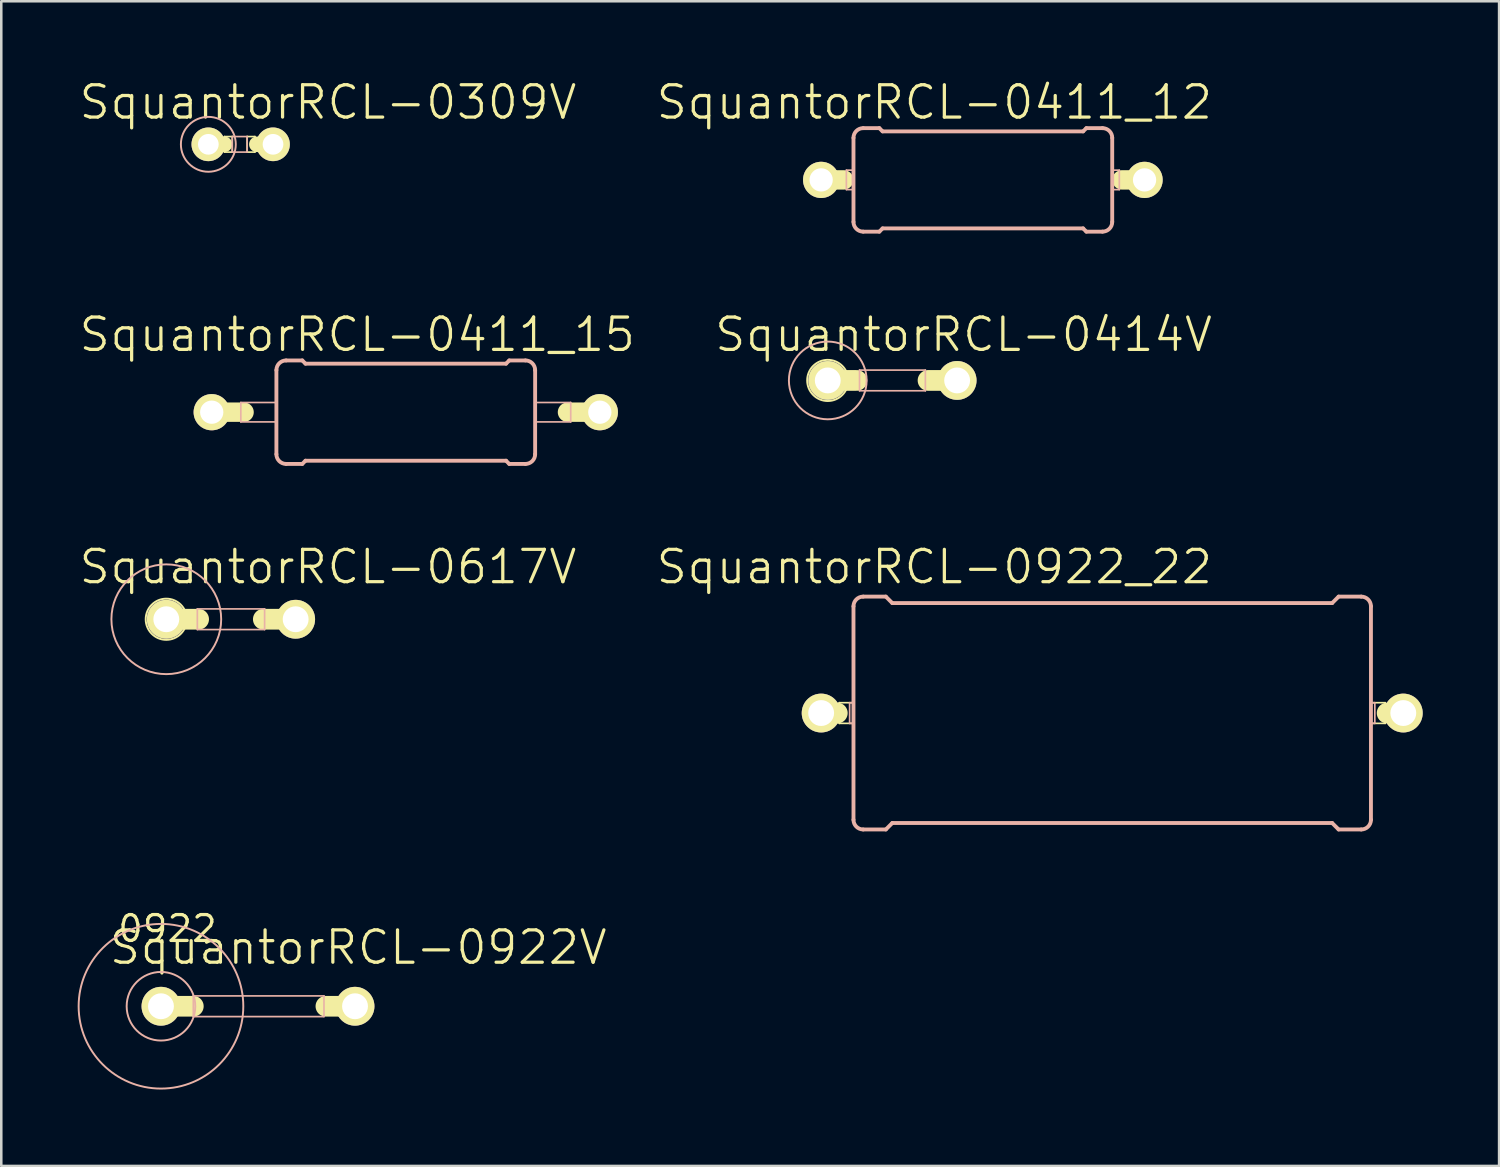
<source format=kicad_pcb>
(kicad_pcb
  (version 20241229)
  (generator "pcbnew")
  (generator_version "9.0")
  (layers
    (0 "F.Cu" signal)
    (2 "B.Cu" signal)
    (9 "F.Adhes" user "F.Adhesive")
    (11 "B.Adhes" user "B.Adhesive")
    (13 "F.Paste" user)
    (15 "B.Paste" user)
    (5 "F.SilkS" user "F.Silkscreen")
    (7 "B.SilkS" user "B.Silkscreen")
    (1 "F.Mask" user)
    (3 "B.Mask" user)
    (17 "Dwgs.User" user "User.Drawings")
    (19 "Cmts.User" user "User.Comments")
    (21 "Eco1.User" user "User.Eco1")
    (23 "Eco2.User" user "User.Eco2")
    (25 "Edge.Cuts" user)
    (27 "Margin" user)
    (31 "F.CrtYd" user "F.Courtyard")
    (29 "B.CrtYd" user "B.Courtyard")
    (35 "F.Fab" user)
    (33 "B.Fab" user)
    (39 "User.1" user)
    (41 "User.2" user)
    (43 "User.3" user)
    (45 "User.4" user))
  (footprint "SquantorRCL-0411_15"
    (layer "F.Cu")
    (at 12.884 13.136)
    (property "Reference" "SquantorRCL-0411_15" (at -1.905 -3.048 0) (layer "F.SilkS") (effects (font (size 1.27 1.27) (thickness 0.127))))
    (attr exclude_from_pos_files exclude_from_bom)
    (fp_line (start -7.62 0) (end -6.35 0) (stroke (width 0.762) (type solid)) (layer "F.SilkS"))
    (fp_line (start 6.35 0) (end 7.62 0) (stroke (width 0.762) (type solid)) (layer "F.SilkS"))
    (fp_line (start -6.477 -0.381) (end -5.08 -0.381) (stroke (width 0.066) (type solid)) (layer "B.SilkS"))
    (fp_line (start -6.477 0.381) (end -6.477 -0.381) (stroke (width 0.066) (type solid)) (layer "B.SilkS"))
    (fp_line (start -6.477 0.381) (end -5.08 0.381) (stroke (width 0.066) (type solid)) (layer "B.SilkS"))
    (fp_line (start -5.08 -1.651) (end -5.08 1.651) (stroke (width 0.152) (type solid)) (layer "B.SilkS"))
    (fp_line (start -5.08 0.381) (end -5.08 -0.381) (stroke (width 0.066) (type solid)) (layer "B.SilkS"))
    (fp_line (start -4.699 -2.032) (end -4.064 -2.032) (stroke (width 0.152) (type solid)) (layer "B.SilkS"))
    (fp_line (start -4.699 2.032) (end -4.064 2.032) (stroke (width 0.152) (type solid)) (layer "B.SilkS"))
    (fp_line (start -3.937 -1.905) (end -4.064 -2.032) (stroke (width 0.152) (type solid)) (layer "B.SilkS"))
    (fp_line (start -3.937 -1.905) (end 3.937 -1.905) (stroke (width 0.152) (type solid)) (layer "B.SilkS"))
    (fp_line (start -3.937 1.905) (end -4.064 2.032) (stroke (width 0.152) (type solid)) (layer "B.SilkS"))
    (fp_line (start -3.937 1.905) (end 3.937 1.905) (stroke (width 0.152) (type solid)) (layer "B.SilkS"))
    (fp_line (start 3.937 -1.905) (end 4.064 -2.032) (stroke (width 0.152) (type solid)) (layer "B.SilkS"))
    (fp_line (start 3.937 1.905) (end 4.064 2.032) (stroke (width 0.152) (type solid)) (layer "B.SilkS"))
    (fp_line (start 4.699 -2.032) (end 4.064 -2.032) (stroke (width 0.152) (type solid)) (layer "B.SilkS"))
    (fp_line (start 4.699 2.032) (end 4.064 2.032) (stroke (width 0.152) (type solid)) (layer "B.SilkS"))
    (fp_line (start 5.08 -0.381) (end 6.477 -0.381) (stroke (width 0.066) (type solid)) (layer "B.SilkS"))
    (fp_line (start 5.08 0.381) (end 5.08 -0.381) (stroke (width 0.066) (type solid)) (layer "B.SilkS"))
    (fp_line (start 5.08 0.381) (end 6.477 0.381) (stroke (width 0.066) (type solid)) (layer "B.SilkS"))
    (fp_line (start 5.08 1.651) (end 5.08 -1.651) (stroke (width 0.152) (type solid)) (layer "B.SilkS"))
    (fp_line (start 6.477 0.381) (end 6.477 -0.381) (stroke (width 0.066) (type solid)) (layer "B.SilkS"))
    (fp_arc (start -5.08 -1.651) (mid -4.968408 -1.920408) (end -4.699 -2.032) (stroke (width 0.1524) (type solid)) (layer "B.SilkS"))
    (fp_arc (start -4.699 2.032) (mid -4.968408 1.920408) (end -5.08 1.651) (stroke (width 0.1524) (type solid)) (layer "B.SilkS"))
    (fp_arc (start 4.699 -2.032) (mid 4.968408 -1.920408) (end 5.08 -1.651) (stroke (width 0.1524) (type solid)) (layer "B.SilkS"))
    (fp_arc (start 5.08 1.651) (mid 4.968408 1.920408) (end 4.699 2.032) (stroke (width 0.1524) (type solid)) (layer "B.SilkS"))
    (pad "1" thru_hole circle (at -7.62 0) (size 1.422 1.422) (drill 0.914) (layers "*.Cu" "F.Mask" "F.SilkS" "F.Paste"))
    (pad "2" thru_hole circle (at 7.62 0) (size 1.422 1.422) (drill 0.914) (layers "*.Cu" "F.Mask" "F.SilkS" "F.Paste")))
  (footprint "SquantorRCL-0922V"
    (layer "F.Cu")
    (at 8.351 36.464)
    (property "Reference" "SquantorRCL-0922V" (at 2.667 -2.311 0) (layer "F.SilkS") (effects (font (size 1.27 1.27) (thickness 0.127))))
    (attr exclude_from_pos_files exclude_from_bom)
    (fp_line (start -5.08 0) (end -3.81 0) (stroke (width 0.813) (type solid)) (layer "F.SilkS"))
    (fp_line (start 2.54 0) (end 1.397 0) (stroke (width 0.813) (type solid)) (layer "F.SilkS"))
    (fp_line (start -3.81 -0.406) (end 1.321 -0.406) (stroke (width 0.066) (type solid)) (layer "B.SilkS"))
    (fp_line (start -3.81 0.406) (end -3.81 -0.406) (stroke (width 0.066) (type solid)) (layer "B.SilkS"))
    (fp_line (start -3.81 0.406) (end 1.321 0.406) (stroke (width 0.066) (type solid)) (layer "B.SilkS"))
    (fp_line (start 1.321 0.406) (end 1.321 -0.406) (stroke (width 0.066) (type solid)) (layer "B.SilkS"))
    (fp_circle (center -5.08 0) (end -7.366 2.286) (stroke (width 0.076) (type solid)) (fill no) (layer "B.SilkS"))
    (fp_circle (center -5.08 0) (end -6.032 0.953) (stroke (width 0.076) (type solid)) (fill no) (layer "B.SilkS"))
    (fp_text user "0922" (at -4.826 -3.048 0) (layer "F.SilkS") (effects (font (size 1.016 1.016) (thickness 0.127))))
    (pad "1" thru_hole circle (at -5.08 0) (size 1.524 1.524) (drill 1.016) (layers "*.Cu" "F.Mask" "F.SilkS" "F.Paste"))
    (pad "2" thru_hole circle (at 2.54 0) (size 1.524 1.524) (drill 1.016) (layers "*.Cu" "F.Mask" "F.SilkS" "F.Paste")))
  (footprint "SquantorRCL-0309V"
    (layer "F.Cu")
    (at 6.401 2.617)
    (property "Reference" "SquantorRCL-0309V" (at 3.429 -1.651 0) (layer "F.SilkS") (effects (font (size 1.27 1.27) (thickness 0.127))))
    (attr exclude_from_pos_files exclude_from_bom)
    (fp_line (start -0.635 -0.305) (end -0.33 -0.305) (stroke (width 0.066) (type solid)) (layer "F.SilkS"))
    (fp_line (start -0.635 0) (end -1.27 0) (stroke (width 0.61) (type solid)) (layer "F.SilkS"))
    (fp_line (start -0.635 0.305) (end -0.635 -0.305) (stroke (width 0.066) (type solid)) (layer "F.SilkS"))
    (fp_line (start -0.635 0.305) (end -0.33 0.305) (stroke (width 0.066) (type solid)) (layer "F.SilkS"))
    (fp_line (start -0.33 0.305) (end -0.33 -0.305) (stroke (width 0.066) (type solid)) (layer "F.SilkS"))
    (fp_line (start 0.254 -0.305) (end 0.559 -0.305) (stroke (width 0.066) (type solid)) (layer "F.SilkS"))
    (fp_line (start 0.254 0.305) (end 0.254 -0.305) (stroke (width 0.066) (type solid)) (layer "F.SilkS"))
    (fp_line (start 0.254 0.305) (end 0.559 0.305) (stroke (width 0.066) (type solid)) (layer "F.SilkS"))
    (fp_line (start 0.559 0.305) (end 0.559 -0.305) (stroke (width 0.066) (type solid)) (layer "F.SilkS"))
    (fp_line (start 1.27 0) (end 0.635 0) (stroke (width 0.61) (type solid)) (layer "F.SilkS"))
    (fp_circle (center -1.27 0) (end -1.651 0.381) (stroke (width 0.076) (type solid)) (fill no) (layer "F.SilkS"))
    (fp_line (start -0.33 -0.305) (end 0.254 -0.305) (stroke (width 0.066) (type solid)) (layer "B.SilkS"))
    (fp_line (start -0.33 0.305) (end -0.33 -0.305) (stroke (width 0.066) (type solid)) (layer "B.SilkS"))
    (fp_line (start -0.33 0.305) (end 0.254 0.305) (stroke (width 0.066) (type solid)) (layer "B.SilkS"))
    (fp_line (start 0.254 0.305) (end 0.254 -0.305) (stroke (width 0.066) (type solid)) (layer "B.SilkS"))
    (fp_circle (center -1.27 0) (end -2.032 0.762) (stroke (width 0.076) (type solid)) (fill no) (layer "B.SilkS"))
    (pad "1" thru_hole circle (at -1.27 0) (size 1.321 1.321) (drill 0.813) (layers "*.Cu" "F.Mask" "F.SilkS" "F.Paste"))
    (pad "2" thru_hole circle (at 1.27 0) (size 1.321 1.321) (drill 0.813) (layers "*.Cu" "F.Mask" "F.SilkS" "F.Paste")))
  (footprint "SquantorRCL-0411_12"
    (layer "F.Cu")
    (at 35.545 4.014)
    (property "Reference" "SquantorRCL-0411_12" (at -1.905 -3.048 0) (layer "F.SilkS") (effects (font (size 1.27 1.27) (thickness 0.127))))
    (attr exclude_from_pos_files exclude_from_bom)
    (fp_line (start -6.35 0) (end -5.461 0) (stroke (width 0.762) (type solid)) (layer "F.SilkS"))
    (fp_line (start 6.35 0) (end 5.461 0) (stroke (width 0.762) (type solid)) (layer "F.SilkS"))
    (fp_line (start -5.359 -0.381) (end -5.08 -0.381) (stroke (width 0.066) (type solid)) (layer "B.SilkS"))
    (fp_line (start -5.359 0.381) (end -5.359 -0.381) (stroke (width 0.066) (type solid)) (layer "B.SilkS"))
    (fp_line (start -5.359 0.381) (end -5.08 0.381) (stroke (width 0.066) (type solid)) (layer "B.SilkS"))
    (fp_line (start -5.08 -1.651) (end -5.08 1.651) (stroke (width 0.152) (type solid)) (layer "B.SilkS"))
    (fp_line (start -5.08 0.381) (end -5.08 -0.381) (stroke (width 0.066) (type solid)) (layer "B.SilkS"))
    (fp_line (start -4.699 -2.032) (end -4.064 -2.032) (stroke (width 0.152) (type solid)) (layer "B.SilkS"))
    (fp_line (start -4.699 2.032) (end -4.064 2.032) (stroke (width 0.152) (type solid)) (layer "B.SilkS"))
    (fp_line (start -3.937 -1.905) (end -4.064 -2.032) (stroke (width 0.152) (type solid)) (layer "B.SilkS"))
    (fp_line (start -3.937 -1.905) (end 3.937 -1.905) (stroke (width 0.152) (type solid)) (layer "B.SilkS"))
    (fp_line (start -3.937 1.905) (end -4.064 2.032) (stroke (width 0.152) (type solid)) (layer "B.SilkS"))
    (fp_line (start -3.937 1.905) (end 3.937 1.905) (stroke (width 0.152) (type solid)) (layer "B.SilkS"))
    (fp_line (start 3.937 -1.905) (end 4.064 -2.032) (stroke (width 0.152) (type solid)) (layer "B.SilkS"))
    (fp_line (start 3.937 1.905) (end 4.064 2.032) (stroke (width 0.152) (type solid)) (layer "B.SilkS"))
    (fp_line (start 4.699 -2.032) (end 4.064 -2.032) (stroke (width 0.152) (type solid)) (layer "B.SilkS"))
    (fp_line (start 4.699 2.032) (end 4.064 2.032) (stroke (width 0.152) (type solid)) (layer "B.SilkS"))
    (fp_line (start 5.08 -0.381) (end 5.359 -0.381) (stroke (width 0.066) (type solid)) (layer "B.SilkS"))
    (fp_line (start 5.08 0.381) (end 5.08 -0.381) (stroke (width 0.066) (type solid)) (layer "B.SilkS"))
    (fp_line (start 5.08 0.381) (end 5.359 0.381) (stroke (width 0.066) (type solid)) (layer "B.SilkS"))
    (fp_line (start 5.08 1.651) (end 5.08 -1.651) (stroke (width 0.152) (type solid)) (layer "B.SilkS"))
    (fp_line (start 5.359 0.381) (end 5.359 -0.381) (stroke (width 0.066) (type solid)) (layer "B.SilkS"))
    (fp_arc (start -5.08 -1.651) (mid -4.968408 -1.920408) (end -4.699 -2.032) (stroke (width 0.1524) (type solid)) (layer "B.SilkS"))
    (fp_arc (start -4.699 2.032) (mid -4.968408 1.920408) (end -5.08 1.651) (stroke (width 0.1524) (type solid)) (layer "B.SilkS"))
    (fp_arc (start 4.699 -2.032) (mid 4.968408 -1.920408) (end 5.08 -1.651) (stroke (width 0.1524) (type solid)) (layer "B.SilkS"))
    (fp_arc (start 5.08 1.651) (mid 4.968408 1.920408) (end 4.699 2.032) (stroke (width 0.1524) (type solid)) (layer "B.SilkS"))
    (pad "1" thru_hole circle (at -6.35 0) (size 1.422 1.422) (drill 0.914) (layers "*.Cu" "F.Mask" "F.SilkS" "F.Paste"))
    (pad "2" thru_hole circle (at 6.35 0) (size 1.422 1.422) (drill 0.914) (layers "*.Cu" "F.Mask" "F.SilkS" "F.Paste")))
  (footprint "SquantorRCL-0414V"
    (layer "F.Cu")
    (at 31.995 11.889)
    (property "Reference" "SquantorRCL-0414V" (at 2.794 -1.801 0) (layer "F.SilkS") (effects (font (size 1.27 1.27) (thickness 0.127))))
    (attr exclude_from_pos_files exclude_from_bom)
    (fp_line (start -2.54 0) (end -1.397 0) (stroke (width 0.813) (type solid)) (layer "F.SilkS"))
    (fp_line (start 2.54 0) (end 1.397 0) (stroke (width 0.813) (type solid)) (layer "F.SilkS"))
    (fp_circle (center -2.54 0) (end -3.111 0.572) (stroke (width 0.076) (type solid)) (fill no) (layer "F.SilkS"))
    (fp_line (start -1.293 -0.406) (end 1.293 -0.406) (stroke (width 0.066) (type solid)) (layer "B.SilkS"))
    (fp_line (start -1.293 0.406) (end -1.293 -0.406) (stroke (width 0.066) (type solid)) (layer "B.SilkS"))
    (fp_line (start -1.293 0.406) (end 1.293 0.406) (stroke (width 0.066) (type solid)) (layer "B.SilkS"))
    (fp_line (start 1.293 0.406) (end 1.293 -0.406) (stroke (width 0.066) (type solid)) (layer "B.SilkS"))
    (fp_circle (center -2.54 0) (end -3.619 1.079) (stroke (width 0.076) (type solid)) (fill no) (layer "B.SilkS"))
    (pad "1" thru_hole circle (at -2.54 0) (size 1.524 1.524) (drill 1.016) (layers "*.Cu" "F.Mask" "F.SilkS" "F.Paste"))
    (pad "2" thru_hole circle (at 2.54 0) (size 1.524 1.524) (drill 1.016) (layers "*.Cu" "F.Mask" "F.SilkS" "F.Paste")))
  (footprint "SquantorRCL-0922_22"
    (layer "F.Cu")
    (at 40.625 24.95)
    (property "Reference" "SquantorRCL-0922_22" (at -6.985 -5.74 0) (layer "F.SilkS") (effects (font (size 1.27 1.27) (thickness 0.127))))
    (attr exclude_from_pos_files exclude_from_bom)
    (fp_line (start -11.43 0) (end -10.795 0) (stroke (width 0.813) (type solid)) (layer "F.SilkS"))
    (fp_line (start -10.719 -0.406) (end -10.16 -0.406) (stroke (width 0.066) (type solid)) (layer "F.SilkS"))
    (fp_line (start -10.719 0.406) (end -10.719 -0.406) (stroke (width 0.066) (type solid)) (layer "F.SilkS"))
    (fp_line (start -10.719 0.406) (end -10.16 0.406) (stroke (width 0.066) (type solid)) (layer "F.SilkS"))
    (fp_line (start -10.16 0.406) (end -10.16 -0.406) (stroke (width 0.066) (type solid)) (layer "F.SilkS"))
    (fp_line (start 10.16 -0.406) (end 10.719 -0.406) (stroke (width 0.066) (type solid)) (layer "F.SilkS"))
    (fp_line (start 10.16 0.406) (end 10.16 -0.406) (stroke (width 0.066) (type solid)) (layer "F.SilkS"))
    (fp_line (start 10.16 0.406) (end 10.719 0.406) (stroke (width 0.066) (type solid)) (layer "F.SilkS"))
    (fp_line (start 10.719 0.406) (end 10.719 -0.406) (stroke (width 0.066) (type solid)) (layer "F.SilkS"))
    (fp_line (start 11.43 0) (end 10.795 0) (stroke (width 0.813) (type solid)) (layer "F.SilkS"))
    (fp_line (start -10.312 -0.406) (end -10.16 -0.406) (stroke (width 0.066) (type solid)) (layer "B.SilkS"))
    (fp_line (start -10.312 0.406) (end -10.312 -0.406) (stroke (width 0.066) (type solid)) (layer "B.SilkS"))
    (fp_line (start -10.312 0.406) (end -10.16 0.406) (stroke (width 0.066) (type solid)) (layer "B.SilkS"))
    (fp_line (start -10.16 0.406) (end -10.16 -0.406) (stroke (width 0.066) (type solid)) (layer "B.SilkS"))
    (fp_line (start -10.16 4.191) (end -10.16 -4.191) (stroke (width 0.152) (type solid)) (layer "B.SilkS"))
    (fp_line (start -9.779 -4.572) (end -8.89 -4.572) (stroke (width 0.152) (type solid)) (layer "B.SilkS"))
    (fp_line (start -9.779 4.572) (end -8.89 4.572) (stroke (width 0.152) (type solid)) (layer "B.SilkS"))
    (fp_line (start -8.636 -4.318) (end -8.89 -4.572) (stroke (width 0.152) (type solid)) (layer "B.SilkS"))
    (fp_line (start -8.636 4.318) (end -8.89 4.572) (stroke (width 0.152) (type solid)) (layer "B.SilkS"))
    (fp_line (start 8.636 -4.318) (end -8.636 -4.318) (stroke (width 0.152) (type solid)) (layer "B.SilkS"))
    (fp_line (start 8.636 -4.318) (end 8.89 -4.572) (stroke (width 0.152) (type solid)) (layer "B.SilkS"))
    (fp_line (start 8.636 4.318) (end -8.636 4.318) (stroke (width 0.152) (type solid)) (layer "B.SilkS"))
    (fp_line (start 8.636 4.318) (end 8.89 4.572) (stroke (width 0.152) (type solid)) (layer "B.SilkS"))
    (fp_line (start 9.779 -4.572) (end 8.89 -4.572) (stroke (width 0.152) (type solid)) (layer "B.SilkS"))
    (fp_line (start 9.779 4.572) (end 8.89 4.572) (stroke (width 0.152) (type solid)) (layer "B.SilkS"))
    (fp_line (start 10.16 -0.406) (end 10.312 -0.406) (stroke (width 0.066) (type solid)) (layer "B.SilkS"))
    (fp_line (start 10.16 0.406) (end 10.16 -0.406) (stroke (width 0.066) (type solid)) (layer "B.SilkS"))
    (fp_line (start 10.16 0.406) (end 10.312 0.406) (stroke (width 0.066) (type solid)) (layer "B.SilkS"))
    (fp_line (start 10.16 4.191) (end 10.16 -4.191) (stroke (width 0.152) (type solid)) (layer "B.SilkS"))
    (fp_line (start 10.312 0.406) (end 10.312 -0.406) (stroke (width 0.066) (type solid)) (layer "B.SilkS"))
    (fp_arc (start -10.16 -4.191) (mid -10.048408 -4.460408) (end -9.779 -4.572) (stroke (width 0.1524) (type solid)) (layer "B.SilkS"))
    (fp_arc (start -9.779 4.572) (mid -10.048408 4.460408) (end -10.16 4.191) (stroke (width 0.1524) (type solid)) (layer "B.SilkS"))
    (fp_arc (start 9.779 -4.572) (mid 10.048408 -4.460408) (end 10.16 -4.191) (stroke (width 0.1524) (type solid)) (layer "B.SilkS"))
    (fp_arc (start 10.16 4.191) (mid 10.048408 4.460408) (end 9.779 4.572) (stroke (width 0.1524) (type solid)) (layer "B.SilkS"))
    (pad "1" thru_hole circle (at -11.43 0) (size 1.524 1.524) (drill 1.016) (layers "*.Cu" "F.Mask" "F.SilkS" "F.Paste"))
    (pad "2" thru_hole circle (at 11.43 0) (size 1.524 1.524) (drill 1.016) (layers "*.Cu" "F.Mask" "F.SilkS" "F.Paste")))
  (footprint "SquantorRCL-0617V"
    (layer "F.Cu")
    (at 6.02 21.267)
    (property "Reference" "SquantorRCL-0617V" (at 3.81 -2.057 0) (layer "F.SilkS") (effects (font (size 1.27 1.27) (thickness 0.127))))
    (attr exclude_from_pos_files exclude_from_bom)
    (fp_line (start -2.54 0) (end -1.27 0) (stroke (width 0.813) (type solid)) (layer "F.SilkS"))
    (fp_line (start 1.27 0) (end 2.54 0) (stroke (width 0.813) (type solid)) (layer "F.SilkS"))
    (fp_circle (center -2.54 0) (end -3.111 0.572) (stroke (width 0.076) (type solid)) (fill no) (layer "F.SilkS"))
    (fp_line (start -1.321 -0.406) (end 1.321 -0.406) (stroke (width 0.066) (type solid)) (layer "B.SilkS"))
    (fp_line (start -1.321 0.406) (end -1.321 -0.406) (stroke (width 0.066) (type solid)) (layer "B.SilkS"))
    (fp_line (start -1.321 0.406) (end 1.321 0.406) (stroke (width 0.066) (type solid)) (layer "B.SilkS"))
    (fp_line (start 1.321 0.406) (end 1.321 -0.406) (stroke (width 0.066) (type solid)) (layer "B.SilkS"))
    (fp_circle (center -2.54 0) (end -4.064 1.524) (stroke (width 0.076) (type solid)) (fill no) (layer "B.SilkS"))
    (pad "1" thru_hole circle (at -2.54 0) (size 1.524 1.524) (drill 1.016) (layers "*.Cu" "F.Mask" "F.SilkS" "F.Paste"))
    (pad "2" thru_hole circle (at 2.54 0) (size 1.524 1.524) (drill 1.016) (layers "*.Cu" "F.Mask" "F.SilkS" "F.Paste")))
  (gr_rect
    (start -3 -3)
    (end 55.817 42.735)
    (stroke (width 0.1) (type default))
    (fill no)
    (layer "Edge.Cuts")))
</source>
